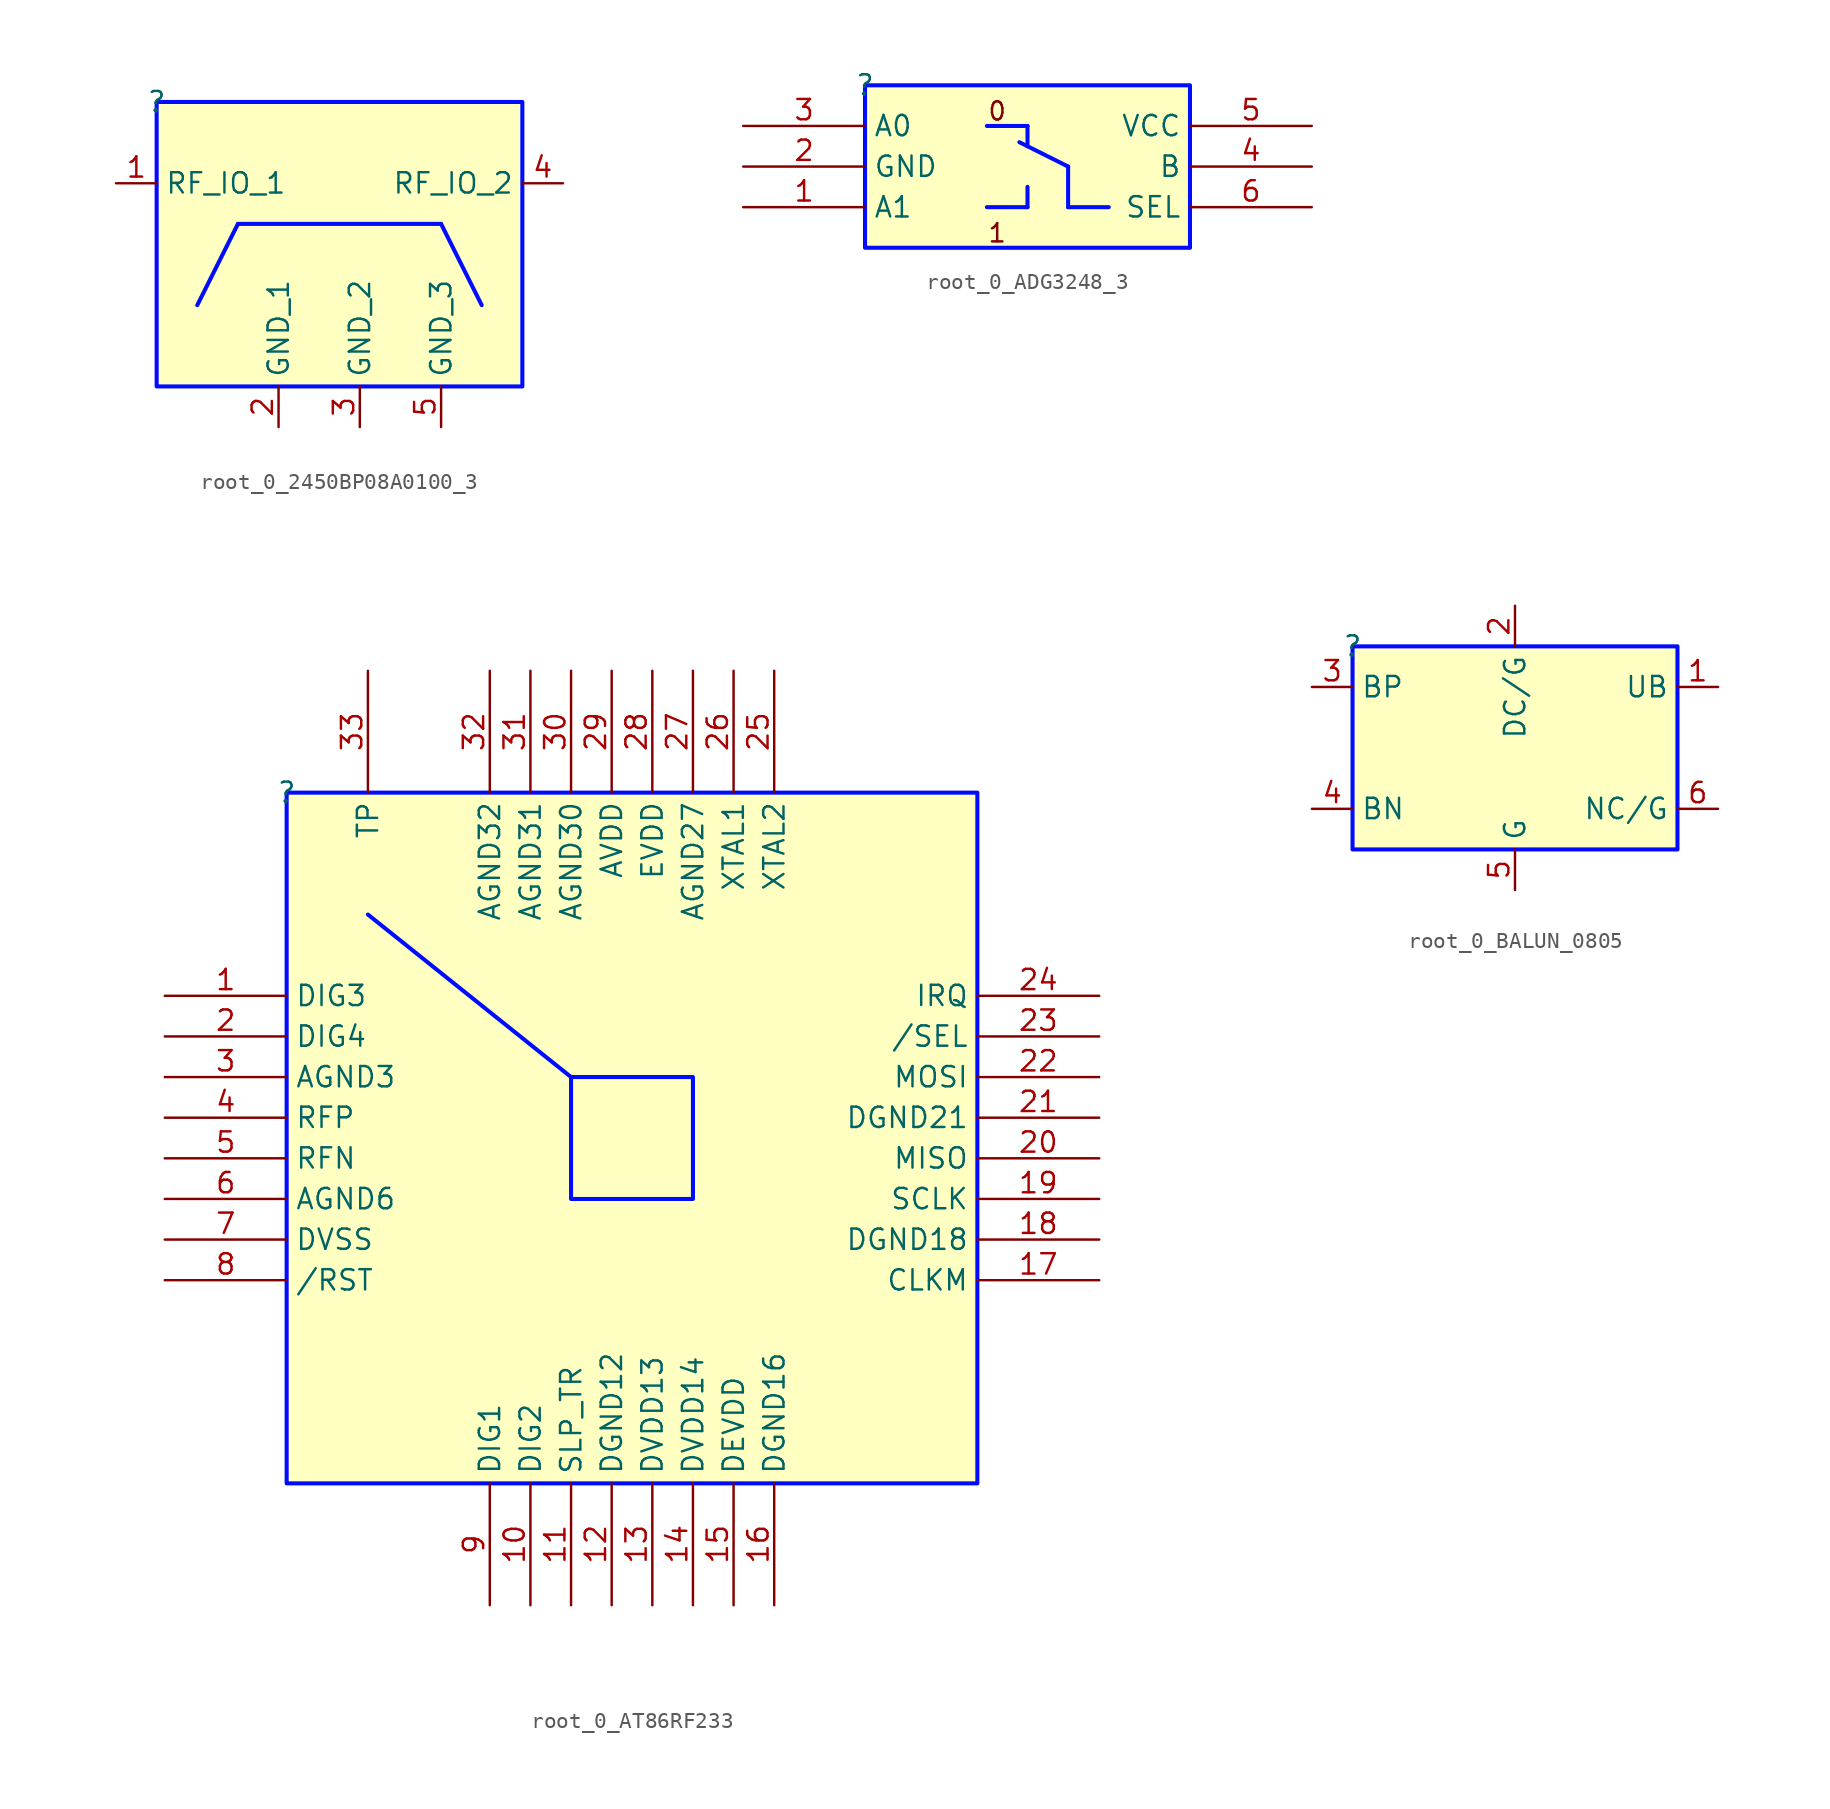
<source format=kicad_sym>
(kicad_symbol_lib
  (version 20231120)
  (generator "kicad_symbol_editor")
  (generator_version "8.0")
  (symbol "root_0_2450BP08A0100_3"
    (property "Reference" ""
      (at 0 0 0)
      (effects (font (size 1.27 1.27))))
    (property "Value" ""
      (at 0 0 0)
      (effects (font (size 1.27 1.27))))
    (symbol "root_0_2450BP08A0100_3_1_0"
      (polyline (pts (xy 2.54 -12.7) (xy 5.08 -7.62)) (stroke (width 0.254) (type solid) (color 0 11 255 1)) (fill (type none)))
      (polyline (pts (xy 5.08 -7.62) (xy 17.78 -7.62)) (stroke (width 0.254) (type solid) (color 0 11 255 1)) (fill (type none)))
      (polyline (pts (xy 17.78 -7.62) (xy 20.32 -12.7)) (stroke (width 0.254) (type solid) (color 0 11 255 1)) (fill (type none)))
      (rectangle (start 22.86 0) (end 0 -17.78) (stroke (width 0.254) (type solid) (color 0 11 255 1)) (fill (type background)))
      (pin passive line (at -2.54 -5.08 0) (length 2.54) (name "RF_IO_1" (effects (font (size 1.27 1.27)))) (number "1" (effects (font (size 1.27 1.27)))))
      (pin power_in line (at 7.62 -20.32 90) (length 2.54) (name "GND_1" (effects (font (size 1.27 1.27)))) (number "2" (effects (font (size 1.27 1.27)))))
      (pin power_in line (at 12.7 -20.32 90) (length 2.54) (name "GND_2" (effects (font (size 1.27 1.27)))) (number "3" (effects (font (size 1.27 1.27)))))
      (pin passive line (at 25.4 -5.08 180) (length 2.54) (name "RF_IO_2" (effects (font (size 1.27 1.27)))) (number "4" (effects (font (size 1.27 1.27)))))
      (pin power_in line (at 17.78 -20.32 90) (length 2.54) (name "GND_3" (effects (font (size 1.27 1.27)))) (number "5" (effects (font (size 1.27 1.27)))))))
  (symbol "root_0_ADG3248_3"
    (property "Reference" ""
      (at 0 0 0)
      (effects (font (size 1.27 1.27))))
    (property "Value" ""
      (at 0 0 0)
      (effects (font (size 1.27 1.27))))
    (symbol "root_0_ADG3248_3_1_0"
      (polyline (pts (xy 7.62 -7.62) (xy 10.16 -7.62)) (stroke (width 0.254) (type solid) (color 0 11 255 1)) (fill (type none)))
      (polyline (pts (xy 7.62 -2.54) (xy 10.16 -2.54)) (stroke (width 0.254) (type solid) (color 0 11 255 1)) (fill (type none)))
      (polyline (pts (xy 9.652 -3.556) (xy 12.7 -5.08)) (stroke (width 0.254) (type solid) (color 0 11 255 1)) (fill (type none)))
      (polyline (pts (xy 10.16 -6.35) (xy 10.16 -7.62)) (stroke (width 0.254) (type solid) (color 0 11 255 1)) (fill (type none)))
      (polyline (pts (xy 10.16 -2.54) (xy 10.16 -3.81)) (stroke (width 0.254) (type solid) (color 0 11 255 1)) (fill (type none)))
      (polyline (pts (xy 12.7 -7.62) (xy 15.24 -7.62)) (stroke (width 0.254) (type solid) (color 0 11 255 1)) (fill (type none)))
      (polyline (pts (xy 12.7 -5.08) (xy 12.7 -7.62)) (stroke (width 0.254) (type solid) (color 0 11 255 1)) (fill (type none)))
      (rectangle (start 20.32 0) (end 0 -10.16) (stroke (width 0.254) (type solid) (color 0 11 255 1)) (fill (type background)))
      (text "0" (at 7.62 -2.286 0) (effects (font (size 1.143 1.143)) (justify left bottom)))
      (text "1" (at 7.62 -9.906 0) (effects (font (size 1.143 1.143)) (justify left bottom)))
      (pin passive line (at -7.62 -7.62 0) (length 7.62) (name "A1" (effects (font (size 1.27 1.27)))) (number "1" (effects (font (size 1.27 1.27)))))
      (pin passive line (at -7.62 -5.08 0) (length 7.62) (name "GND" (effects (font (size 1.27 1.27)))) (number "2" (effects (font (size 1.27 1.27)))))
      (pin passive line (at -7.62 -2.54 0) (length 7.62) (name "A0" (effects (font (size 1.27 1.27)))) (number "3" (effects (font (size 1.27 1.27)))))
      (pin passive line (at 27.94 -5.08 180) (length 7.62) (name "B" (effects (font (size 1.27 1.27)))) (number "4" (effects (font (size 1.27 1.27)))))
      (pin passive line (at 27.94 -2.54 180) (length 7.62) (name "VCC" (effects (font (size 1.27 1.27)))) (number "5" (effects (font (size 1.27 1.27)))))
      (pin input line (at 27.94 -7.62 180) (length 7.62) (name "SEL" (effects (font (size 1.27 1.27)))) (number "6" (effects (font (size 1.27 1.27)))))))
  (symbol "root_0_AT86RF233"
    (property "Reference" ""
      (at 0 0 0)
      (effects (font (size 1.27 1.27))))
    (property "Value" ""
      (at 0 0 0)
      (effects (font (size 1.27 1.27))))
    (symbol "root_0_AT86RF233_1_0"
      (polyline (pts (xy 17.78 -17.78) (xy 5.08 -7.62)) (stroke (width 0.254) (type solid) (color 0 11 255 1)) (fill (type none)))
      (rectangle (start 25.4 -17.78) (end 17.78 -25.4) (stroke (width 0.254) (type solid) (color 0 11 255 1)) (fill (type background)))
      (rectangle (start 43.18 0) (end 0 -43.18) (stroke (width 0.254) (type solid) (color 0 11 255 1)) (fill (type background)))
      (pin output line (at -7.62 -12.7 0) (length 7.62) (name "DIG3" (effects (font (size 1.27 1.27)))) (number "1" (effects (font (size 1.27 1.27)))))
      (pin output line (at 15.24 -50.8 90) (length 7.62) (name "DIG2" (effects (font (size 1.27 1.27)))) (number "10" (effects (font (size 1.27 1.27)))))
      (pin input line (at 17.78 -50.8 90) (length 7.62) (name "SLP_TR" (effects (font (size 1.27 1.27)))) (number "11" (effects (font (size 1.27 1.27)))))
      (pin passive line (at 20.32 -50.8 90) (length 7.62) (name "DGND12" (effects (font (size 1.27 1.27)))) (number "12" (effects (font (size 1.27 1.27)))))
      (pin passive line (at 22.86 -50.8 90) (length 7.62) (name "DVDD13" (effects (font (size 1.27 1.27)))) (number "13" (effects (font (size 1.27 1.27)))))
      (pin passive line (at 25.4 -50.8 90) (length 7.62) (name "DVDD14" (effects (font (size 1.27 1.27)))) (number "14" (effects (font (size 1.27 1.27)))))
      (pin passive line (at 27.94 -50.8 90) (length 7.62) (name "DEVDD" (effects (font (size 1.27 1.27)))) (number "15" (effects (font (size 1.27 1.27)))))
      (pin passive line (at 30.48 -50.8 90) (length 7.62) (name "DGND16" (effects (font (size 1.27 1.27)))) (number "16" (effects (font (size 1.27 1.27)))))
      (pin output line (at 50.8 -30.48 180) (length 7.62) (name "CLKM" (effects (font (size 1.27 1.27)))) (number "17" (effects (font (size 1.27 1.27)))))
      (pin passive line (at 50.8 -27.94 180) (length 7.62) (name "DGND18" (effects (font (size 1.27 1.27)))) (number "18" (effects (font (size 1.27 1.27)))))
      (pin input line (at 50.8 -25.4 180) (length 7.62) (name "SCLK" (effects (font (size 1.27 1.27)))) (number "19" (effects (font (size 1.27 1.27)))))
      (pin output line (at -7.62 -15.24 0) (length 7.62) (name "DIG4" (effects (font (size 1.27 1.27)))) (number "2" (effects (font (size 1.27 1.27)))))
      (pin output line (at 50.8 -22.86 180) (length 7.62) (name "MISO" (effects (font (size 1.27 1.27)))) (number "20" (effects (font (size 1.27 1.27)))))
      (pin passive line (at 50.8 -20.32 180) (length 7.62) (name "DGND21" (effects (font (size 1.27 1.27)))) (number "21" (effects (font (size 1.27 1.27)))))
      (pin input line (at 50.8 -17.78 180) (length 7.62) (name "MOSI" (effects (font (size 1.27 1.27)))) (number "22" (effects (font (size 1.27 1.27)))))
      (pin input line (at 50.8 -15.24 180) (length 7.62) (name "/SEL" (effects (font (size 1.27 1.27)))) (number "23" (effects (font (size 1.27 1.27)))))
      (pin output line (at 50.8 -12.7 180) (length 7.62) (name "IRQ" (effects (font (size 1.27 1.27)))) (number "24" (effects (font (size 1.27 1.27)))))
      (pin passive line (at 30.48 7.62 270) (length 7.62) (name "XTAL2" (effects (font (size 1.27 1.27)))) (number "25" (effects (font (size 1.27 1.27)))))
      (pin passive line (at 27.94 7.62 270) (length 7.62) (name "XTAL1" (effects (font (size 1.27 1.27)))) (number "26" (effects (font (size 1.27 1.27)))))
      (pin passive line (at 25.4 7.62 270) (length 7.62) (name "AGND27" (effects (font (size 1.27 1.27)))) (number "27" (effects (font (size 1.27 1.27)))))
      (pin passive line (at 22.86 7.62 270) (length 7.62) (name "EVDD" (effects (font (size 1.27 1.27)))) (number "28" (effects (font (size 1.27 1.27)))))
      (pin passive line (at 20.32 7.62 270) (length 7.62) (name "AVDD" (effects (font (size 1.27 1.27)))) (number "29" (effects (font (size 1.27 1.27)))))
      (pin passive line (at -7.62 -17.78 0) (length 7.62) (name "AGND3" (effects (font (size 1.27 1.27)))) (number "3" (effects (font (size 1.27 1.27)))))
      (pin passive line (at 17.78 7.62 270) (length 7.62) (name "AGND30" (effects (font (size 1.27 1.27)))) (number "30" (effects (font (size 1.27 1.27)))))
      (pin passive line (at 15.24 7.62 270) (length 7.62) (name "AGND31" (effects (font (size 1.27 1.27)))) (number "31" (effects (font (size 1.27 1.27)))))
      (pin passive line (at 12.7 7.62 270) (length 7.62) (name "AGND32" (effects (font (size 1.27 1.27)))) (number "32" (effects (font (size 1.27 1.27)))))
      (pin passive line (at 5.08 7.62 270) (length 7.62) (name "TP" (effects (font (size 1.27 1.27)))) (number "33" (effects (font (size 1.27 1.27)))))
      (pin passive line (at -7.62 -20.32 0) (length 7.62) (name "RFP" (effects (font (size 1.27 1.27)))) (number "4" (effects (font (size 1.27 1.27)))))
      (pin passive line (at -7.62 -22.86 0) (length 7.62) (name "RFN" (effects (font (size 1.27 1.27)))) (number "5" (effects (font (size 1.27 1.27)))))
      (pin passive line (at -7.62 -25.4 0) (length 7.62) (name "AGND6" (effects (font (size 1.27 1.27)))) (number "6" (effects (font (size 1.27 1.27)))))
      (pin passive line (at -7.62 -27.94 0) (length 7.62) (name "DVSS" (effects (font (size 1.27 1.27)))) (number "7" (effects (font (size 1.27 1.27)))))
      (pin input line (at -7.62 -30.48 0) (length 7.62) (name "/RST" (effects (font (size 1.27 1.27)))) (number "8" (effects (font (size 1.27 1.27)))))
      (pin output line (at 12.7 -50.8 90) (length 7.62) (name "DIG1" (effects (font (size 1.27 1.27)))) (number "9" (effects (font (size 1.27 1.27)))))))
  (symbol "root_0_BALUN_0805"
    (property "Reference" ""
      (at 0 0 0)
      (effects (font (size 1.27 1.27))))
    (property "Value" ""
      (at 0 0 0)
      (effects (font (size 1.27 1.27))))
    (symbol "root_0_BALUN_0805_1_0"
      (rectangle (start 20.32 0) (end 0 -12.7) (stroke (width 0.254) (type solid) (color 0 11 255 1)) (fill (type background)))
      (pin passive line (at 22.86 -2.54 180) (length 2.54) (name "UB" (effects (font (size 1.27 1.27)))) (number "1" (effects (font (size 1.27 1.27)))))
      (pin passive line (at 10.16 2.54 270) (length 2.54) (name "DC/G" (effects (font (size 1.27 1.27)))) (number "2" (effects (font (size 1.27 1.27)))))
      (pin passive line (at -2.54 -2.54 0) (length 2.54) (name "BP" (effects (font (size 1.27 1.27)))) (number "3" (effects (font (size 1.27 1.27)))))
      (pin passive line (at -2.54 -10.16 0) (length 2.54) (name "BN" (effects (font (size 1.27 1.27)))) (number "4" (effects (font (size 1.27 1.27)))))
      (pin passive line (at 10.16 -15.24 90) (length 2.54) (name "G" (effects (font (size 1.27 1.27)))) (number "5" (effects (font (size 1.27 1.27)))))
      (pin passive line (at 22.86 -10.16 180) (length 2.54) (name "NC/G" (effects (font (size 1.27 1.27)))) (number "6" (effects (font (size 1.27 1.27))))))))
</source>
